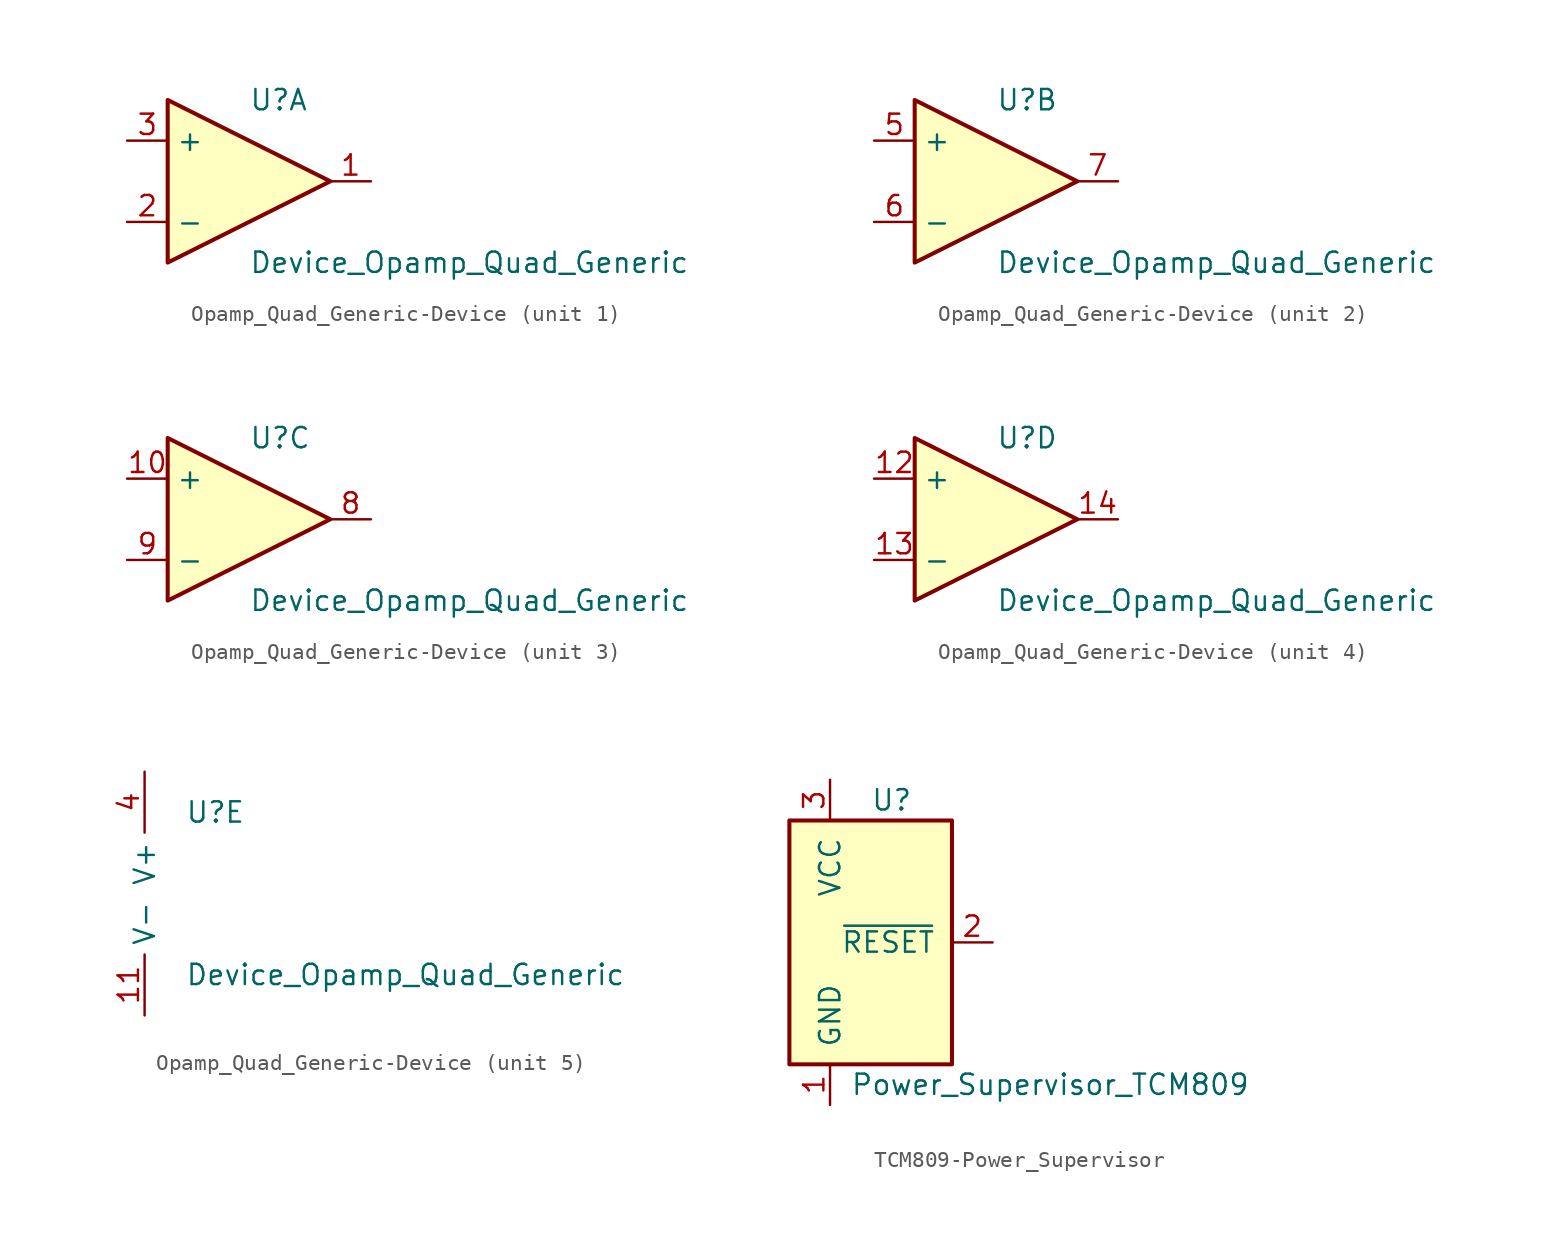
<source format=kicad_sym>
(kicad_symbol_lib
  (version 20231120)
  (generator "kicad_symbol_editor")
  (generator_version "8.0")
  (symbol "Opamp_Quad_Generic-Device"
    (property "Reference" "U"
      (at 0 5.08 0)
      (effects (font (size 1.27 1.27)) (justify left)))
    (property "Value" "Device_Opamp_Quad_Generic"
      (at 0 -5.08 0)
      (effects (font (size 1.27 1.27)) (justify left)))
    (property "ki_locked" ""
      (at 0 0 0)
      (effects (font (size 1.27 1.27))))
    (symbol "Opamp_Quad_Generic-Device_1_1"
      (polyline (pts (xy -5.08 5.08) (xy 5.08 0) (xy -5.08 -5.08) (xy -5.08 5.08)) (stroke (width 0.254) (type solid)) (fill (type background)))
      (pin output line (at 7.62 0 180) (length 2.54) (name "~" (effects (font (size 1.27 1.27)))) (number "1" (effects (font (size 1.27 1.27)))))
      (pin input line (at -7.62 -2.54 0) (length 2.54) (name "-" (effects (font (size 1.27 1.27)))) (number "2" (effects (font (size 1.27 1.27)))))
      (pin input line (at -7.62 2.54 0) (length 2.54) (name "+" (effects (font (size 1.27 1.27)))) (number "3" (effects (font (size 1.27 1.27))))))
    (symbol "Opamp_Quad_Generic-Device_2_1"
      (polyline (pts (xy -5.08 5.08) (xy 5.08 0) (xy -5.08 -5.08) (xy -5.08 5.08)) (stroke (width 0.254) (type solid)) (fill (type background)))
      (pin input line (at -7.62 2.54 0) (length 2.54) (name "+" (effects (font (size 1.27 1.27)))) (number "5" (effects (font (size 1.27 1.27)))))
      (pin input line (at -7.62 -2.54 0) (length 2.54) (name "-" (effects (font (size 1.27 1.27)))) (number "6" (effects (font (size 1.27 1.27)))))
      (pin output line (at 7.62 0 180) (length 2.54) (name "~" (effects (font (size 1.27 1.27)))) (number "7" (effects (font (size 1.27 1.27))))))
    (symbol "Opamp_Quad_Generic-Device_3_1"
      (polyline (pts (xy -5.08 5.08) (xy 5.08 0) (xy -5.08 -5.08) (xy -5.08 5.08)) (stroke (width 0.254) (type solid)) (fill (type background)))
      (pin input line (at -7.62 2.54 0) (length 2.54) (name "+" (effects (font (size 1.27 1.27)))) (number "10" (effects (font (size 1.27 1.27)))))
      (pin output line (at 7.62 0 180) (length 2.54) (name "~" (effects (font (size 1.27 1.27)))) (number "8" (effects (font (size 1.27 1.27)))))
      (pin input line (at -7.62 -2.54 0) (length 2.54) (name "-" (effects (font (size 1.27 1.27)))) (number "9" (effects (font (size 1.27 1.27))))))
    (symbol "Opamp_Quad_Generic-Device_4_1"
      (polyline (pts (xy -5.08 5.08) (xy 5.08 0) (xy -5.08 -5.08) (xy -5.08 5.08)) (stroke (width 0.254) (type solid)) (fill (type background)))
      (pin input line (at -7.62 2.54 0) (length 2.54) (name "+" (effects (font (size 1.27 1.27)))) (number "12" (effects (font (size 1.27 1.27)))))
      (pin input line (at -7.62 -2.54 0) (length 2.54) (name "-" (effects (font (size 1.27 1.27)))) (number "13" (effects (font (size 1.27 1.27)))))
      (pin output line (at 7.62 0 180) (length 2.54) (name "~" (effects (font (size 1.27 1.27)))) (number "14" (effects (font (size 1.27 1.27))))))
    (symbol "Opamp_Quad_Generic-Device_5_1"
      (pin power_in line (at -2.54 -7.62 90) (length 3.81) (name "V-" (effects (font (size 1.27 1.27)))) (number "11" (effects (font (size 1.27 1.27)))))
      (pin power_in line (at -2.54 7.62 270) (length 3.81) (name "V+" (effects (font (size 1.27 1.27)))) (number "4" (effects (font (size 1.27 1.27)))))))
  (symbol "TCM809-Power_Supervisor"
    (pin_names
      (offset 1.016))
    (property "Reference" "U"
      (at 0 8.89 0)
      (effects (font (size 1.27 1.27)) (justify left)))
    (property "Value" "Power_Supervisor_TCM809"
      (at -1.27 -8.89 0)
      (effects (font (size 1.27 1.27)) (justify left)))
    (symbol "TCM809-Power_Supervisor_1_1"
      (rectangle (start -5.08 7.62) (end 5.08 -7.62) (stroke (width 0.254) (type solid)) (fill (type background)))
      (pin power_in line (at -2.54 -10.16 90) (length 2.54) (name "GND" (effects (font (size 1.27 1.27)))) (number "1" (effects (font (size 1.27 1.27)))))
      (pin output line (at 7.62 0 180) (length 2.54) (name "~{RESET}" (effects (font (size 1.27 1.27)))) (number "2" (effects (font (size 1.27 1.27)))))
      (pin power_in line (at -2.54 10.16 270) (length 2.54) (name "VCC" (effects (font (size 1.27 1.27)))) (number "3" (effects (font (size 1.27 1.27))))))))
</source>
